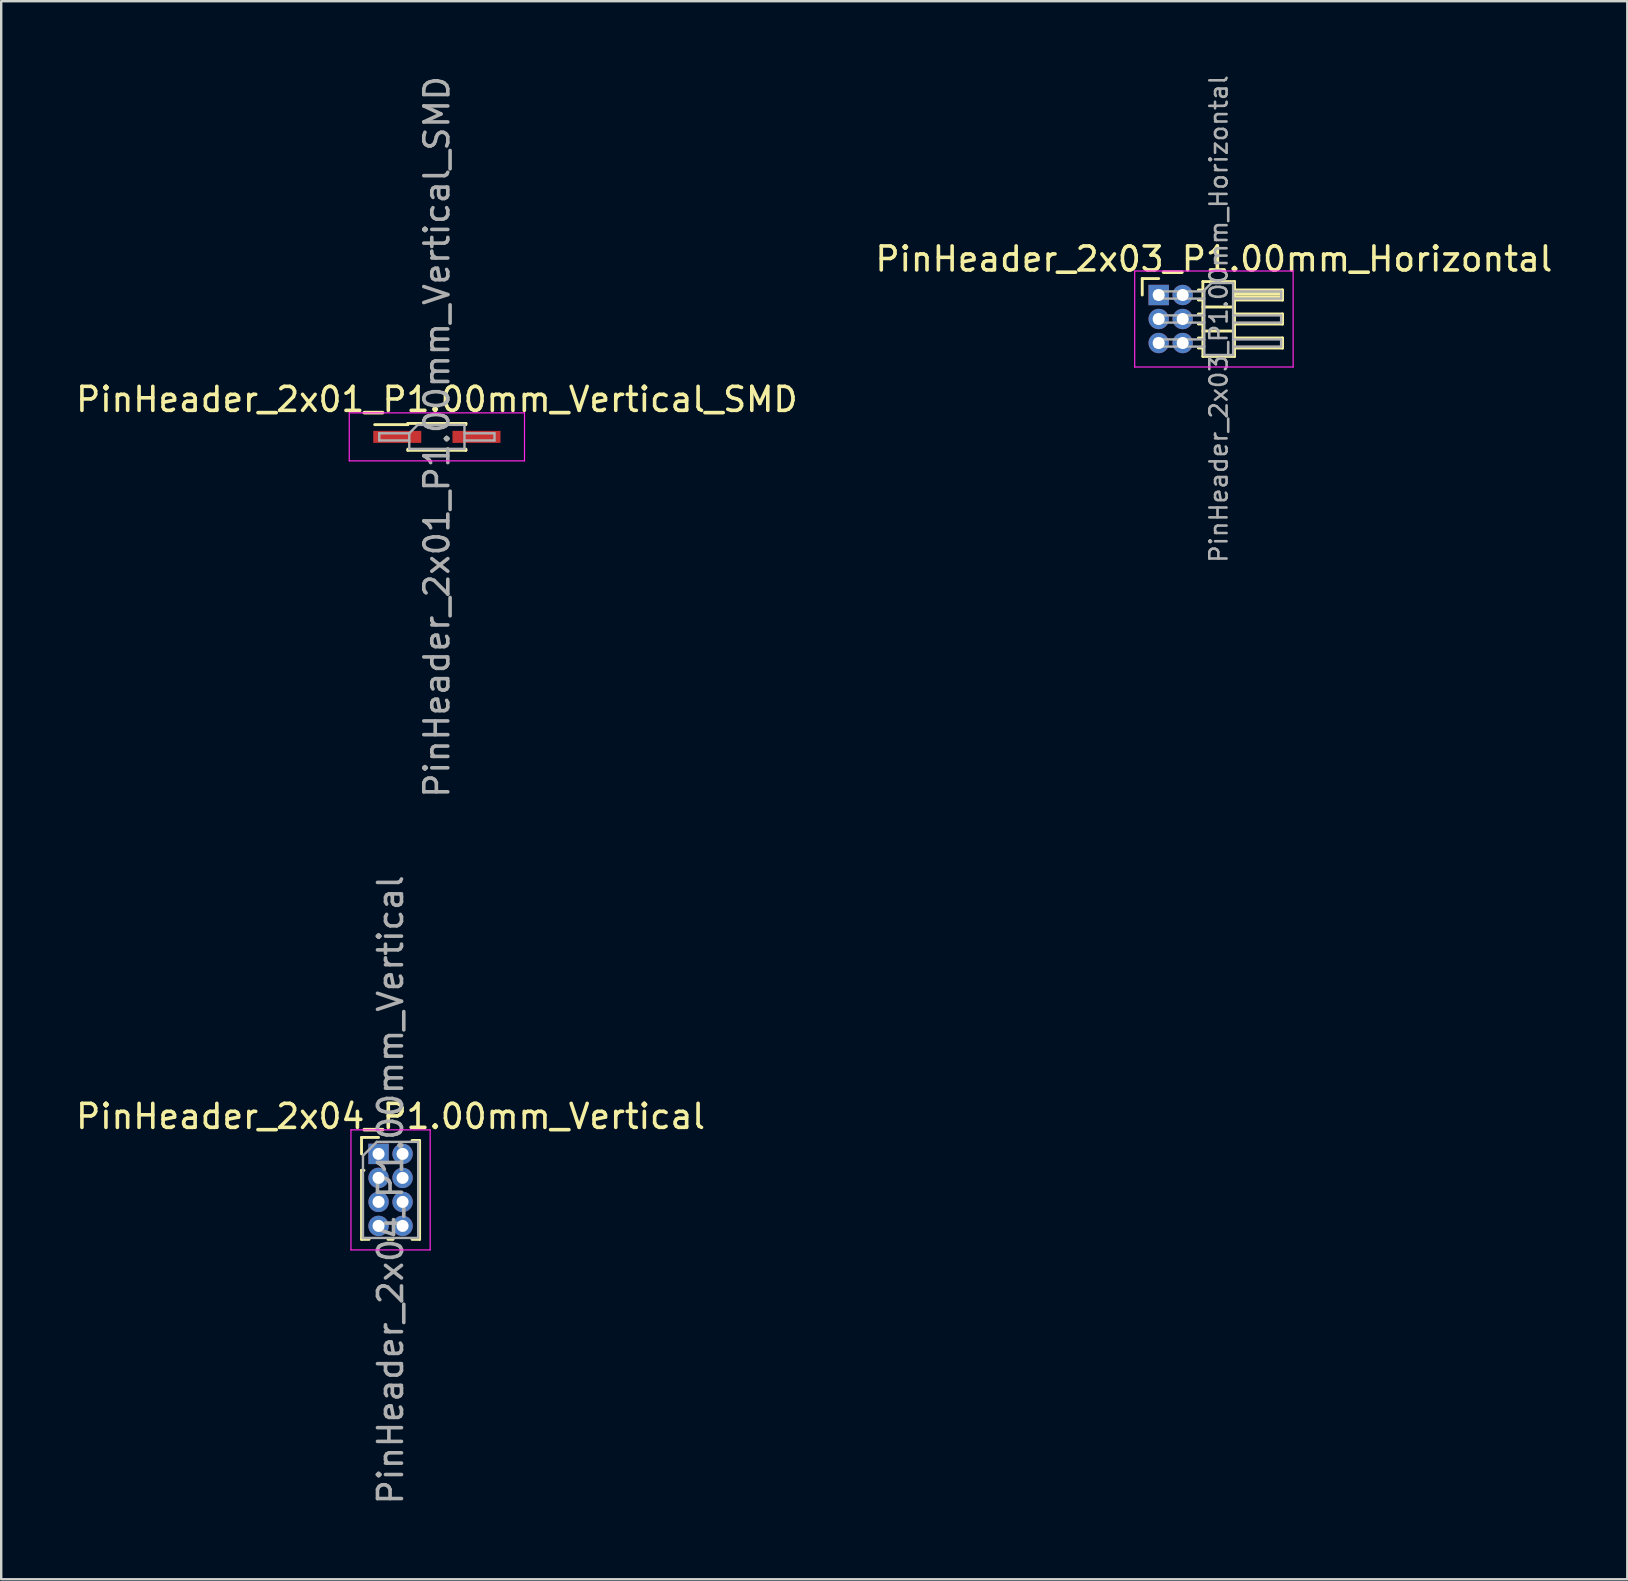
<source format=kicad_pcb>
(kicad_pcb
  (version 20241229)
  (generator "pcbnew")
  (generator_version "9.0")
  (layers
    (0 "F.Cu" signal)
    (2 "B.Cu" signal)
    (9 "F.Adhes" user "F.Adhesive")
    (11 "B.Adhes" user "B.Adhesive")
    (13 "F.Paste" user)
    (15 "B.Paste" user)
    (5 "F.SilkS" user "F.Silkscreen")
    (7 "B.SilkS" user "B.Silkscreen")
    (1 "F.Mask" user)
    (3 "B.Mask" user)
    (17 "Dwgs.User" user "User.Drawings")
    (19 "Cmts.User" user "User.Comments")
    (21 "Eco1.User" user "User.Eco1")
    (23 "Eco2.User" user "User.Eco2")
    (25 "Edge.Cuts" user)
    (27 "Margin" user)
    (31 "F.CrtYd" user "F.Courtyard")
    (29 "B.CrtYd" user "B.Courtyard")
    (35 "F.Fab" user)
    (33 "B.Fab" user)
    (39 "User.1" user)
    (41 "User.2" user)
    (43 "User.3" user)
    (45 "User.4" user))
  (footprint "PinHeader_2x03_P1.00mm_Horizontal"
    (layer "F.Cu")
    (at 45.218 9.239)
    (property "Reference" "PinHeader_2x03_P1.00mm_Horizontal" (at 2.3 -1.5 0) (layer "F.SilkS") (effects (font (size 1 1) (thickness 0.15))))
    (attr through_hole)
    (fp_line (start -0.685 -0.685) (end 0 -0.685) (stroke (width 0.12) (type solid)) (layer "F.SilkS"))
    (fp_line (start -0.685 0) (end -0.685 -0.685) (stroke (width 0.12) (type solid)) (layer "F.SilkS"))
    (fp_line (start 1.652 -0.21) (end 1.84 -0.21) (stroke (width 0.12) (type solid)) (layer "F.SilkS"))
    (fp_line (start 1.652 0.21) (end 1.84 0.21) (stroke (width 0.12) (type solid)) (layer "F.SilkS"))
    (fp_line (start 1.652 0.79) (end 1.84 0.79) (stroke (width 0.12) (type solid)) (layer "F.SilkS"))
    (fp_line (start 1.652 1.21) (end 1.84 1.21) (stroke (width 0.12) (type solid)) (layer "F.SilkS"))
    (fp_line (start 1.652 1.79) (end 1.84 1.79) (stroke (width 0.12) (type solid)) (layer "F.SilkS"))
    (fp_line (start 1.652 2.21) (end 1.84 2.21) (stroke (width 0.12) (type solid)) (layer "F.SilkS"))
    (fp_line (start 1.84 -0.56) (end 1.84 2.56) (stroke (width 0.12) (type solid)) (layer "F.SilkS"))
    (fp_line (start 1.84 0.5) (end 3.16 0.5) (stroke (width 0.12) (type solid)) (layer "F.SilkS"))
    (fp_line (start 1.84 1.5) (end 3.16 1.5) (stroke (width 0.12) (type solid)) (layer "F.SilkS"))
    (fp_line (start 1.84 2.56) (end 3.16 2.56) (stroke (width 0.12) (type solid)) (layer "F.SilkS"))
    (fp_line (start 3.16 -0.56) (end 1.84 -0.56) (stroke (width 0.12) (type solid)) (layer "F.SilkS"))
    (fp_line (start 3.16 -0.21) (end 5.16 -0.21) (stroke (width 0.12) (type solid)) (layer "F.SilkS"))
    (fp_line (start 3.16 -0.15) (end 5.16 -0.15) (stroke (width 0.12) (type solid)) (layer "F.SilkS"))
    (fp_line (start 3.16 -0.03) (end 5.16 -0.03) (stroke (width 0.12) (type solid)) (layer "F.SilkS"))
    (fp_line (start 3.16 0.09) (end 5.16 0.09) (stroke (width 0.12) (type solid)) (layer "F.SilkS"))
    (fp_line (start 3.16 0.79) (end 5.16 0.79) (stroke (width 0.12) (type solid)) (layer "F.SilkS"))
    (fp_line (start 3.16 1.79) (end 5.16 1.79) (stroke (width 0.12) (type solid)) (layer "F.SilkS"))
    (fp_line (start 3.16 2.56) (end 3.16 -0.56) (stroke (width 0.12) (type solid)) (layer "F.SilkS"))
    (fp_line (start 5.16 -0.21) (end 5.16 0.21) (stroke (width 0.12) (type solid)) (layer "F.SilkS"))
    (fp_line (start 5.16 0.21) (end 3.16 0.21) (stroke (width 0.12) (type solid)) (layer "F.SilkS"))
    (fp_line (start 5.16 0.79) (end 5.16 1.21) (stroke (width 0.12) (type solid)) (layer "F.SilkS"))
    (fp_line (start 5.16 1.21) (end 3.16 1.21) (stroke (width 0.12) (type solid)) (layer "F.SilkS"))
    (fp_line (start 5.16 1.79) (end 5.16 2.21) (stroke (width 0.12) (type solid)) (layer "F.SilkS"))
    (fp_line (start 5.16 2.21) (end 3.16 2.21) (stroke (width 0.12) (type solid)) (layer "F.SilkS"))
    (fp_line (start -1 -1) (end -1 3) (stroke (width 0.05) (type solid)) (layer "F.CrtYd"))
    (fp_line (start -1 3) (end 5.6 3) (stroke (width 0.05) (type solid)) (layer "F.CrtYd"))
    (fp_line (start 5.6 -1) (end -1 -1) (stroke (width 0.05) (type solid)) (layer "F.CrtYd"))
    (fp_line (start 5.6 3) (end 5.6 -1) (stroke (width 0.05) (type solid)) (layer "F.CrtYd"))
    (fp_line (start -0.15 -0.15) (end -0.15 0.15) (stroke (width 0.1) (type solid)) (layer "F.Fab"))
    (fp_line (start -0.15 -0.15) (end 1.9 -0.15) (stroke (width 0.1) (type solid)) (layer "F.Fab"))
    (fp_line (start -0.15 0.15) (end 1.9 0.15) (stroke (width 0.1) (type solid)) (layer "F.Fab"))
    (fp_line (start -0.15 0.85) (end -0.15 1.15) (stroke (width 0.1) (type solid)) (layer "F.Fab"))
    (fp_line (start -0.15 0.85) (end 1.9 0.85) (stroke (width 0.1) (type solid)) (layer "F.Fab"))
    (fp_line (start -0.15 1.15) (end 1.9 1.15) (stroke (width 0.1) (type solid)) (layer "F.Fab"))
    (fp_line (start -0.15 1.85) (end -0.15 2.15) (stroke (width 0.1) (type solid)) (layer "F.Fab"))
    (fp_line (start -0.15 1.85) (end 1.9 1.85) (stroke (width 0.1) (type solid)) (layer "F.Fab"))
    (fp_line (start -0.15 2.15) (end 1.9 2.15) (stroke (width 0.1) (type solid)) (layer "F.Fab"))
    (fp_line (start 1.9 -0.2) (end 2.2 -0.5) (stroke (width 0.1) (type solid)) (layer "F.Fab"))
    (fp_line (start 1.9 2.5) (end 1.9 -0.2) (stroke (width 0.1) (type solid)) (layer "F.Fab"))
    (fp_line (start 2.2 -0.5) (end 3.1 -0.5) (stroke (width 0.1) (type solid)) (layer "F.Fab"))
    (fp_line (start 3.1 -0.5) (end 3.1 2.5) (stroke (width 0.1) (type solid)) (layer "F.Fab"))
    (fp_line (start 3.1 -0.15) (end 5.1 -0.15) (stroke (width 0.1) (type solid)) (layer "F.Fab"))
    (fp_line (start 3.1 0.15) (end 5.1 0.15) (stroke (width 0.1) (type solid)) (layer "F.Fab"))
    (fp_line (start 3.1 0.85) (end 5.1 0.85) (stroke (width 0.1) (type solid)) (layer "F.Fab"))
    (fp_line (start 3.1 1.15) (end 5.1 1.15) (stroke (width 0.1) (type solid)) (layer "F.Fab"))
    (fp_line (start 3.1 1.85) (end 5.1 1.85) (stroke (width 0.1) (type solid)) (layer "F.Fab"))
    (fp_line (start 3.1 2.15) (end 5.1 2.15) (stroke (width 0.1) (type solid)) (layer "F.Fab"))
    (fp_line (start 3.1 2.5) (end 1.9 2.5) (stroke (width 0.1) (type solid)) (layer "F.Fab"))
    (fp_line (start 5.1 -0.15) (end 5.1 0.15) (stroke (width 0.1) (type solid)) (layer "F.Fab"))
    (fp_line (start 5.1 0.85) (end 5.1 1.15) (stroke (width 0.1) (type solid)) (layer "F.Fab"))
    (fp_line (start 5.1 1.85) (end 5.1 2.15) (stroke (width 0.1) (type solid)) (layer "F.Fab"))
    (fp_text user "${REFERENCE}" (at 2.5 1 90) (layer "F.Fab") (effects (font (size 0.72 0.72) (thickness 0.108))))
    (pad "1" thru_hole rect (at 0 0) (size 0.85 0.85) (drill 0.5) (layers "*.Cu" "*.Mask"))
    (pad "2" thru_hole oval (at 1 0) (size 0.85 0.85) (drill 0.5) (layers "*.Cu" "*.Mask"))
    (pad "3" thru_hole oval (at 0 1) (size 0.85 0.85) (drill 0.5) (layers "*.Cu" "*.Mask"))
    (pad "4" thru_hole oval (at 1 1) (size 0.85 0.85) (drill 0.5) (layers "*.Cu" "*.Mask"))
    (pad "5" thru_hole oval (at 0 2) (size 0.85 0.85) (drill 0.5) (layers "*.Cu" "*.Mask"))
    (pad "6" thru_hole oval (at 1 2) (size 0.85 0.85) (drill 0.5) (layers "*.Cu" "*.Mask")))
  (footprint "PinHeader_2x01_P1.00mm_Vertical_SMD"
    (layer "F.Cu")
    (at 15.149 15.149)
    (property "Reference" "PinHeader_2x01_P1.00mm_Vertical_SMD" (at 0 -1.56 0) (layer "F.SilkS") (effects (font (size 1 1) (thickness 0.15))))
    (attr smd)
    (fp_line (start -2.59 -0.51) (end -1.21 -0.51) (stroke (width 0.12) (type solid)) (layer "F.SilkS"))
    (fp_line (start -1.21 -0.56) (end -1.21 -0.51) (stroke (width 0.12) (type solid)) (layer "F.SilkS"))
    (fp_line (start -1.21 -0.56) (end 1.21 -0.56) (stroke (width 0.12) (type solid)) (layer "F.SilkS"))
    (fp_line (start -1.21 0.51) (end -1.21 0.56) (stroke (width 0.12) (type solid)) (layer "F.SilkS"))
    (fp_line (start -1.21 0.56) (end 1.21 0.56) (stroke (width 0.12) (type solid)) (layer "F.SilkS"))
    (fp_line (start 1.21 -0.56) (end 1.21 -0.51) (stroke (width 0.12) (type solid)) (layer "F.SilkS"))
    (fp_line (start 1.21 0.51) (end 1.21 0.56) (stroke (width 0.12) (type solid)) (layer "F.SilkS"))
    (fp_line (start -3.65 -1) (end -3.65 1) (stroke (width 0.05) (type solid)) (layer "F.CrtYd"))
    (fp_line (start -3.65 1) (end 3.65 1) (stroke (width 0.05) (type solid)) (layer "F.CrtYd"))
    (fp_line (start 3.65 -1) (end -3.65 -1) (stroke (width 0.05) (type solid)) (layer "F.CrtYd"))
    (fp_line (start 3.65 1) (end 3.65 -1) (stroke (width 0.05) (type solid)) (layer "F.CrtYd"))
    (fp_line (start -2.4 -0.15) (end -2.4 0.15) (stroke (width 0.1) (type solid)) (layer "F.Fab"))
    (fp_line (start -2.4 0.15) (end -1.15 0.15) (stroke (width 0.1) (type solid)) (layer "F.Fab"))
    (fp_line (start -1.15 -0.15) (end -2.4 -0.15) (stroke (width 0.1) (type solid)) (layer "F.Fab"))
    (fp_line (start -1.15 -0.15) (end -0.8 -0.5) (stroke (width 0.1) (type solid)) (layer "F.Fab"))
    (fp_line (start -1.15 0.5) (end -1.15 -0.15) (stroke (width 0.1) (type solid)) (layer "F.Fab"))
    (fp_line (start -0.8 -0.5) (end 1.15 -0.5) (stroke (width 0.1) (type solid)) (layer "F.Fab"))
    (fp_line (start 1.15 -0.5) (end 1.15 0.5) (stroke (width 0.1) (type solid)) (layer "F.Fab"))
    (fp_line (start 1.15 -0.15) (end 2.4 -0.15) (stroke (width 0.1) (type solid)) (layer "F.Fab"))
    (fp_line (start 1.15 0.5) (end -1.15 0.5) (stroke (width 0.1) (type solid)) (layer "F.Fab"))
    (fp_line (start 2.4 -0.15) (end 2.4 0.15) (stroke (width 0.1) (type solid)) (layer "F.Fab"))
    (fp_line (start 2.4 0.15) (end 1.15 0.15) (stroke (width 0.1) (type solid)) (layer "F.Fab"))
    (fp_text user "${REFERENCE}" (at 0 0 90) (layer "F.Fab") (effects (font (size 1 1) (thickness 0.15))))
    (pad "1" smd rect (at -1.65 0) (size 2 0.5) (layers "F.Cu" "F.Mask" "F.Paste"))
    (pad "2" smd rect (at 1.65 0) (size 2 0.5) (layers "F.Cu" "F.Mask" "F.Paste")))
  (footprint "PinHeader_2x04_P1.00mm_Vertical"
    (layer "F.Cu")
    (at 12.72 45.018)
    (property "Reference" "PinHeader_2x04_P1.00mm_Vertical" (at 0.5 -1.56 0) (layer "F.SilkS") (effects (font (size 1 1) (thickness 0.15))))
    (attr through_hole)
    (fp_line (start -0.71 -0.685) (end 0 -0.685) (stroke (width 0.12) (type solid)) (layer "F.SilkS"))
    (fp_line (start -0.71 0) (end -0.71 -0.685) (stroke (width 0.12) (type solid)) (layer "F.SilkS"))
    (fp_line (start -0.71 0.685) (end -0.71 3.56) (stroke (width 0.12) (type solid)) (layer "F.SilkS"))
    (fp_line (start -0.71 0.685) (end -0.608 0.685) (stroke (width 0.12) (type solid)) (layer "F.SilkS"))
    (fp_line (start -0.71 3.56) (end -0.394 3.56) (stroke (width 0.12) (type solid)) (layer "F.SilkS"))
    (fp_line (start 0.394 3.56) (end 0.606 3.56) (stroke (width 0.12) (type solid)) (layer "F.SilkS"))
    (fp_line (start 1.394 -0.56) (end 1.71 -0.56) (stroke (width 0.12) (type solid)) (layer "F.SilkS"))
    (fp_line (start 1.394 3.56) (end 1.71 3.56) (stroke (width 0.12) (type solid)) (layer "F.SilkS"))
    (fp_line (start 1.71 -0.56) (end 1.71 3.56) (stroke (width 0.12) (type solid)) (layer "F.SilkS"))
    (fp_line (start -1.15 -1) (end -1.15 4) (stroke (width 0.05) (type solid)) (layer "F.CrtYd"))
    (fp_line (start -1.15 4) (end 2.15 4) (stroke (width 0.05) (type solid)) (layer "F.CrtYd"))
    (fp_line (start 2.15 -1) (end -1.15 -1) (stroke (width 0.05) (type solid)) (layer "F.CrtYd"))
    (fp_line (start 2.15 4) (end 2.15 -1) (stroke (width 0.05) (type solid)) (layer "F.CrtYd"))
    (fp_line (start -0.65 0.075) (end -0.075 -0.5) (stroke (width 0.1) (type solid)) (layer "F.Fab"))
    (fp_line (start -0.65 3.5) (end -0.65 0.075) (stroke (width 0.1) (type solid)) (layer "F.Fab"))
    (fp_line (start -0.075 -0.5) (end 1.65 -0.5) (stroke (width 0.1) (type solid)) (layer "F.Fab"))
    (fp_line (start 1.65 -0.5) (end 1.65 3.5) (stroke (width 0.1) (type solid)) (layer "F.Fab"))
    (fp_line (start 1.65 3.5) (end -0.65 3.5) (stroke (width 0.1) (type solid)) (layer "F.Fab"))
    (fp_text user "${REFERENCE}" (at 0.5 1.5 90) (layer "F.Fab") (effects (font (size 1 1) (thickness 0.15))))
    (pad "1" thru_hole rect (at 0 0) (size 0.85 0.85) (drill 0.5) (layers "*.Cu" "*.Mask"))
    (pad "2" thru_hole oval (at 1 0) (size 0.85 0.85) (drill 0.5) (layers "*.Cu" "*.Mask"))
    (pad "3" thru_hole oval (at 0 1) (size 0.85 0.85) (drill 0.5) (layers "*.Cu" "*.Mask"))
    (pad "4" thru_hole oval (at 1 1) (size 0.85 0.85) (drill 0.5) (layers "*.Cu" "*.Mask"))
    (pad "5" thru_hole oval (at 0 2) (size 0.85 0.85) (drill 0.5) (layers "*.Cu" "*.Mask"))
    (pad "6" thru_hole oval (at 1 2) (size 0.85 0.85) (drill 0.5) (layers "*.Cu" "*.Mask"))
    (pad "7" thru_hole oval (at 0 3) (size 0.85 0.85) (drill 0.5) (layers "*.Cu" "*.Mask"))
    (pad "8" thru_hole oval (at 1 3) (size 0.85 0.85) (drill 0.5) (layers "*.Cu" "*.Mask")))
  (gr_rect
    (start -3 -3)
    (end 64.738 62.738)
    (stroke (width 0.1) (type default))
    (fill no)
    (layer "Edge.Cuts")))
</source>
